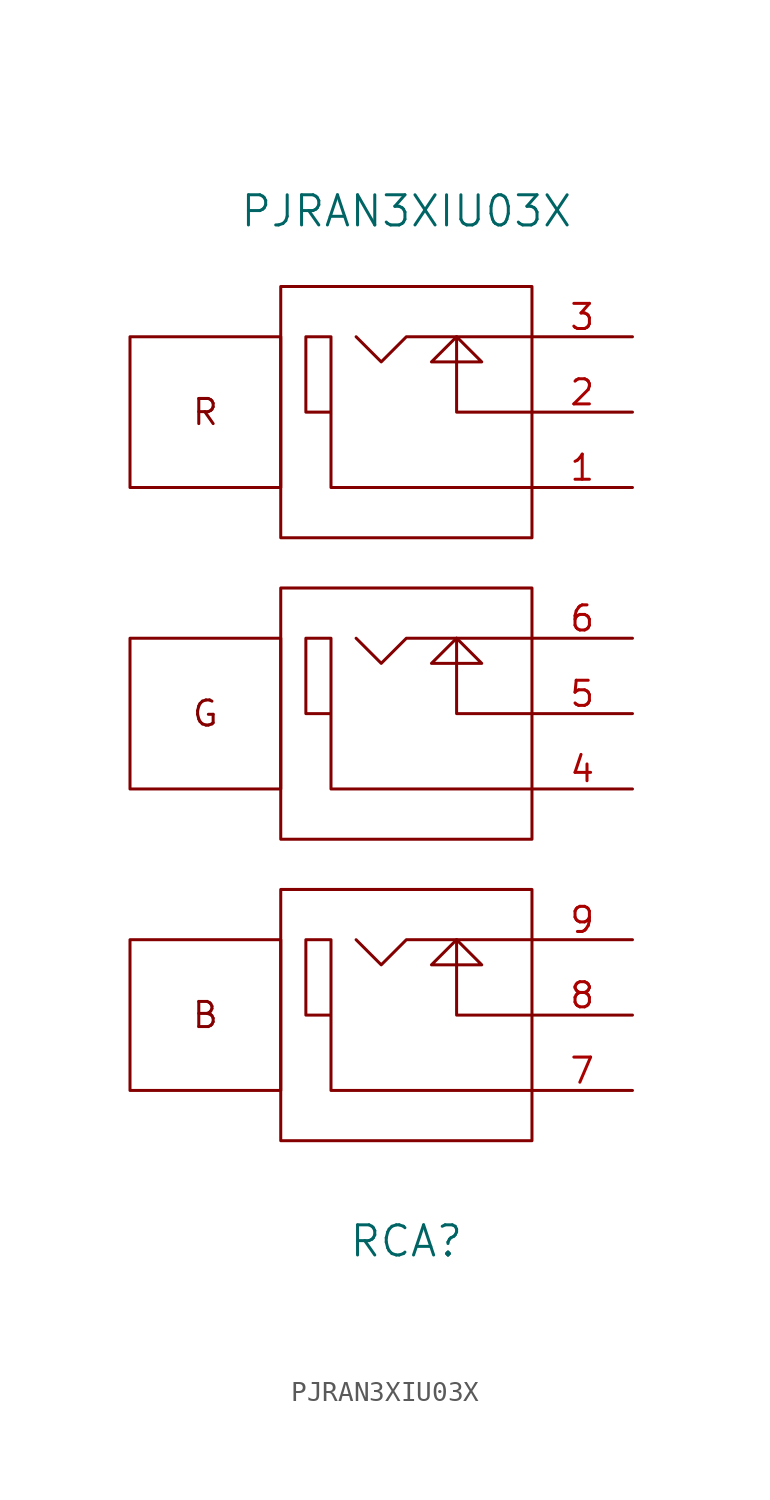
<source format=kicad_sym>
(kicad_symbol_lib
  (version 20211014)
  (generator kicad_symbol_editor)
  (symbol "PJRAN3XIU03X"
    (pin_names
      (offset 1.016))
    (property "Reference" "RCA"
      (at 0 -26.67 0)
      (effects (font (size 1.524 1.524))))
    (property "Value" "PJRAN3XIU03X"
      (at 0 25.4 0)
      (effects (font (size 1.524 1.524))))
    (symbol "PJRAN3XIU03X_0_0"
      (text "B" (at -10.16 -15.24 0) (effects (font (size 1.27 1.27))))
      (text "G" (at -10.16 0 0) (effects (font (size 1.27 1.27))))
      (text "R" (at -10.16 15.24 0) (effects (font (size 1.27 1.27)))))
    (symbol "PJRAN3XIU03X_0_1"
      (rectangle (start -6.35 -11.43) (end -13.97 -19.05) (stroke (width 0) (type default) (color 0 0 0 0)) (fill (type none)))
      (rectangle (start -6.35 3.81) (end -13.97 -3.81) (stroke (width 0) (type default) (color 0 0 0 0)) (fill (type none)))
      (rectangle (start -6.35 19.05) (end -13.97 11.43) (stroke (width 0) (type default) (color 0 0 0 0)) (fill (type none)))
      (polyline (pts (xy 6.35 -15.24) (xy 2.54 -15.24) (xy 2.54 -11.43)) (stroke (width 0) (type default) (color 0 0 0 0)) (fill (type none)))
      (polyline (pts (xy 6.35 0) (xy 2.54 0) (xy 2.54 3.81)) (stroke (width 0) (type default) (color 0 0 0 0)) (fill (type none)))
      (polyline (pts (xy 6.35 15.24) (xy 2.54 15.24) (xy 2.54 19.05)) (stroke (width 0) (type default) (color 0 0 0 0)) (fill (type none)))
      (polyline (pts (xy 2.54 -11.43) (xy 1.27 -12.7) (xy 3.81 -12.7) (xy 2.54 -11.43)) (stroke (width 0) (type default) (color 0 0 0 0)) (fill (type none)))
      (polyline (pts (xy 2.54 3.81) (xy 1.27 2.54) (xy 3.81 2.54) (xy 2.54 3.81)) (stroke (width 0) (type default) (color 0 0 0 0)) (fill (type none)))
      (polyline (pts (xy 2.54 19.05) (xy 1.27 17.78) (xy 3.81 17.78) (xy 2.54 19.05)) (stroke (width 0) (type default) (color 0 0 0 0)) (fill (type none)))
      (polyline (pts (xy 6.35 -11.43) (xy 0 -11.43) (xy -1.27 -12.7) (xy -2.54 -11.43)) (stroke (width 0) (type default) (color 0 0 0 0)) (fill (type none)))
      (polyline (pts (xy 6.35 3.81) (xy 0 3.81) (xy -1.27 2.54) (xy -2.54 3.81)) (stroke (width 0) (type default) (color 0 0 0 0)) (fill (type none)))
      (polyline (pts (xy 6.35 19.05) (xy 0 19.05) (xy -1.27 17.78) (xy -2.54 19.05)) (stroke (width 0) (type default) (color 0 0 0 0)) (fill (type none)))
      (polyline (pts (xy 6.35 -19.05) (xy -3.81 -19.05) (xy -3.81 -11.43) (xy -5.08 -11.43) (xy -5.08 -15.24) (xy -3.81 -15.24)) (stroke (width 0) (type default) (color 0 0 0 0)) (fill (type none)))
      (polyline (pts (xy 6.35 -3.81) (xy -3.81 -3.81) (xy -3.81 3.81) (xy -5.08 3.81) (xy -5.08 0) (xy -3.81 0)) (stroke (width 0) (type default) (color 0 0 0 0)) (fill (type none)))
      (polyline (pts (xy 6.35 11.43) (xy -3.81 11.43) (xy -3.81 19.05) (xy -5.08 19.05) (xy -5.08 15.24) (xy -3.81 15.24)) (stroke (width 0) (type default) (color 0 0 0 0)) (fill (type none)))
      (rectangle (start 6.35 -8.89) (end -6.35 -21.59) (stroke (width 0) (type default) (color 0 0 0 0)) (fill (type none)))
      (rectangle (start 6.35 6.35) (end -6.35 -6.35) (stroke (width 0) (type default) (color 0 0 0 0)) (fill (type none)))
      (rectangle (start 6.35 21.59) (end -6.35 8.89) (stroke (width 0) (type default) (color 0 0 0 0)) (fill (type none))))
    (symbol "PJRAN3XIU03X_1_1"
      (pin input line (at 11.43 11.43 180) (length 5.08) (name "~" (effects (font (size 1.27 1.27)))) (number "1" (effects (font (size 1.27 1.27)))))
      (pin input line (at 11.43 15.24 180) (length 5.08) (name "~" (effects (font (size 1.27 1.27)))) (number "2" (effects (font (size 1.27 1.27)))))
      (pin input line (at 11.43 19.05 180) (length 5.08) (name "~" (effects (font (size 1.27 1.27)))) (number "3" (effects (font (size 1.27 1.27)))))
      (pin input line (at 11.43 -3.81 180) (length 5.08) (name "~" (effects (font (size 1.27 1.27)))) (number "4" (effects (font (size 1.27 1.27)))))
      (pin input line (at 11.43 0 180) (length 5.08) (name "~" (effects (font (size 1.27 1.27)))) (number "5" (effects (font (size 1.27 1.27)))))
      (pin input line (at 11.43 3.81 180) (length 5.08) (name "~" (effects (font (size 1.27 1.27)))) (number "6" (effects (font (size 1.27 1.27)))))
      (pin input line (at 11.43 -19.05 180) (length 5.08) (name "~" (effects (font (size 1.27 1.27)))) (number "7" (effects (font (size 1.27 1.27)))))
      (pin input line (at 11.43 -15.24 180) (length 5.08) (name "~" (effects (font (size 1.27 1.27)))) (number "8" (effects (font (size 1.27 1.27)))))
      (pin input line (at 11.43 -11.43 180) (length 5.08) (name "~" (effects (font (size 1.27 1.27)))) (number "9" (effects (font (size 1.27 1.27))))))))
</source>
